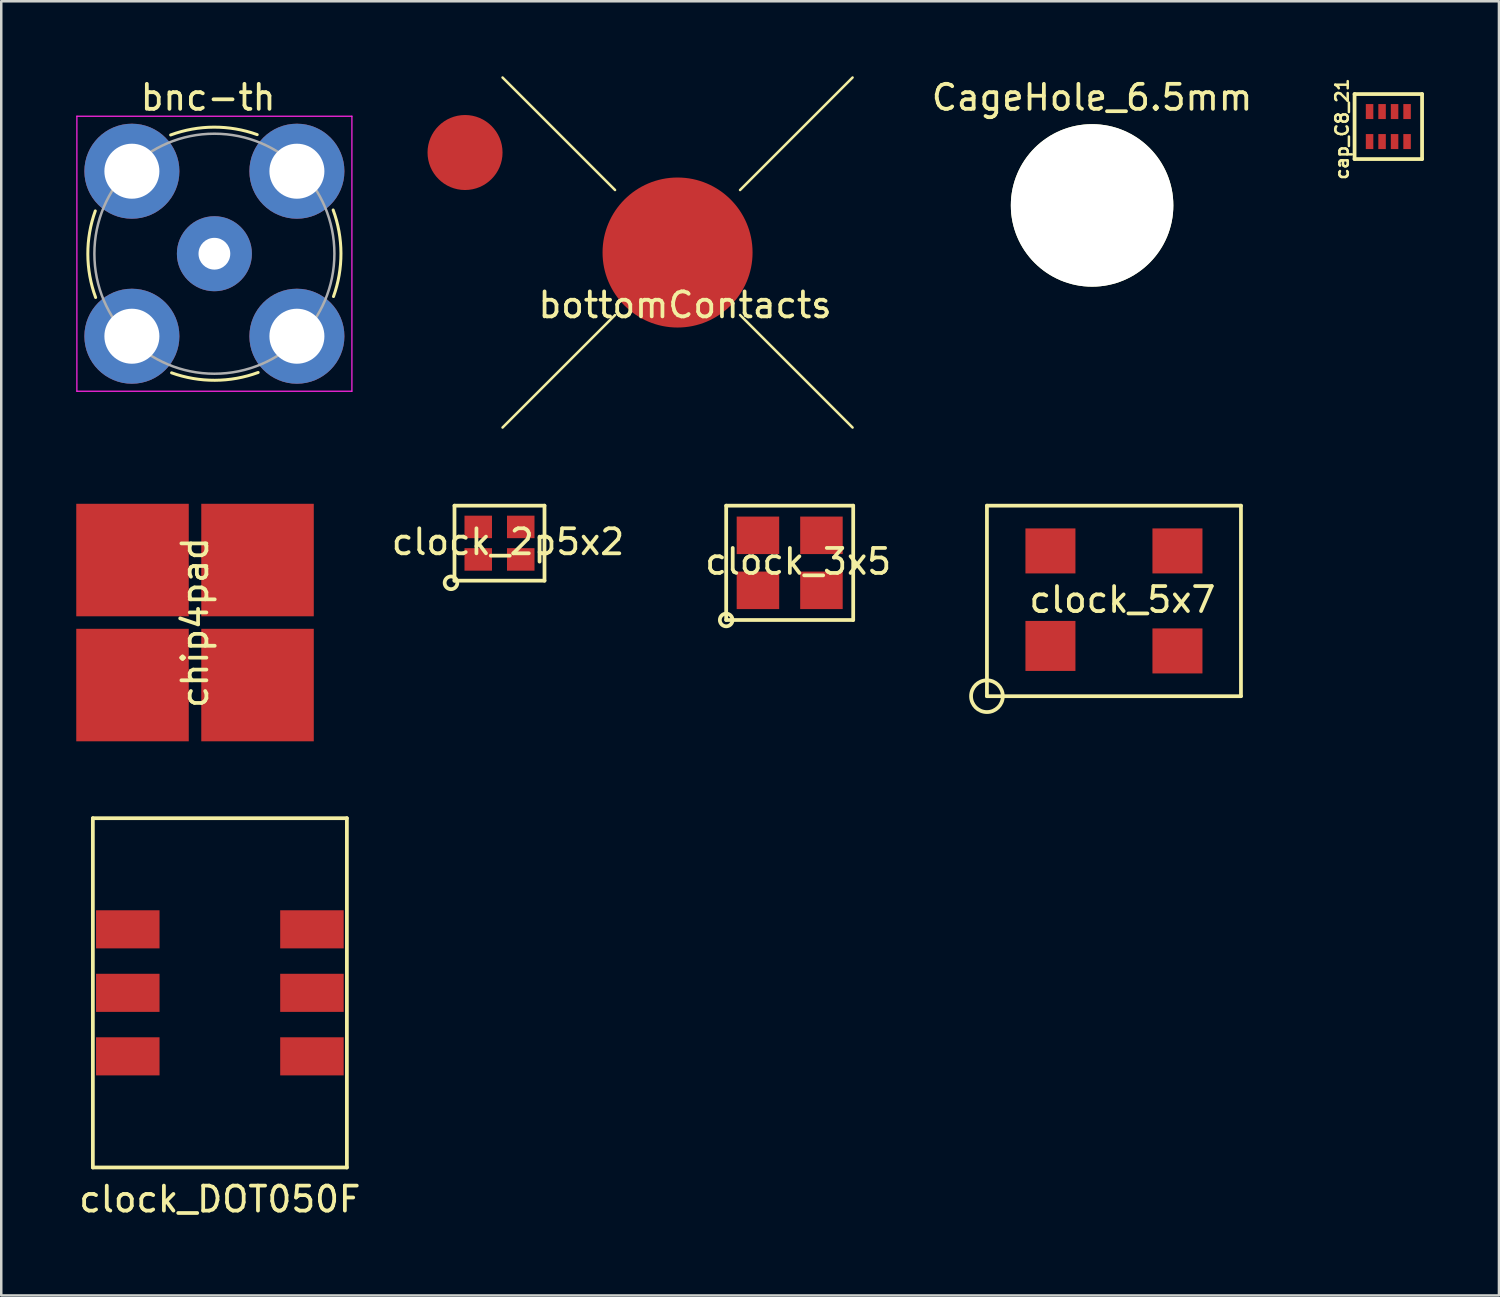
<source format=kicad_pcb>
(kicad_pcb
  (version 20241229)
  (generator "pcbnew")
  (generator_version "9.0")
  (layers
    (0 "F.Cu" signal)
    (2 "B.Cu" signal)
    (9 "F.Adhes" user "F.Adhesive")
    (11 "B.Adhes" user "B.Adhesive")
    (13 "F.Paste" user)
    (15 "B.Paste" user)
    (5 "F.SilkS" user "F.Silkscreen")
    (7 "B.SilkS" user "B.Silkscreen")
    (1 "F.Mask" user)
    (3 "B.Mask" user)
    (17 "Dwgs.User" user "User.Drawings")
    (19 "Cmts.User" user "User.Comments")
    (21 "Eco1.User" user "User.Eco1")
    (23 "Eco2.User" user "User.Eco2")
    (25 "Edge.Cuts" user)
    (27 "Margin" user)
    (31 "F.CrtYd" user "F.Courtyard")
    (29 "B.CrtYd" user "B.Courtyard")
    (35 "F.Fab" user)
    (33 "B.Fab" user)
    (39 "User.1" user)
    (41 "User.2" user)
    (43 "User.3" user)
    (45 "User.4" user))
  (footprint "chip4pad"
    (layer "F.Cu")
    (at 4.75 21.85)
    (property "Reference" "chip4pad" (at 0 0 90) (layer "F.SilkS") (effects (font (size 1 1) (thickness 0.15))))
    (attr through_hole)
    (pad "1" smd rect (at -2.5 2.5) (size 4.5 4.5) (layers "F.Cu" "F.Mask" "F.Paste"))
    (pad "2" smd rect (at 2.5 -2.5) (size 4.5 4.5) (layers "F.Cu" "F.Mask" "F.Paste"))
    (pad "3" smd rect (at 2.5 2.5) (size 4.5 4.5) (layers "F.Cu" "F.Mask" "F.Paste"))
    (pad "4" smd rect (at -2.5 -2.5) (size 4.5 4.5) (layers "F.Cu" "F.Mask" "F.Paste")))
  (footprint "clock_5x7"
    (layer "F.Cu")
    (at 41.504 20.985)
    (property "Reference" "clock_5x7" (at 0.34 -0.05 0) (layer "F.SilkS") (effects (font (size 1 1) (thickness 0.15))))
    (attr through_hole)
    (fp_line (start -5.08 -3.81) (end 5.08 -3.81) (stroke (width 0.15) (type solid)) (layer "F.SilkS"))
    (fp_line (start -5.08 3.81) (end -5.08 -3.81) (stroke (width 0.15) (type solid)) (layer "F.SilkS"))
    (fp_line (start 5.08 -3.81) (end 5.08 3.81) (stroke (width 0.15) (type solid)) (layer "F.SilkS"))
    (fp_line (start 5.08 3.81) (end -5.08 3.81) (stroke (width 0.15) (type solid)) (layer "F.SilkS"))
    (fp_circle (center -5.08 3.81) (end -5.08 4.445) (stroke (width 0.15) (type solid)) (fill no) (layer "F.SilkS"))
    (pad "1" smd rect (at -2.54 1.8) (size 2 2) (layers "F.Cu" "F.Mask" "F.Paste"))
    (pad "2" smd rect (at 2.54 2) (size 2 1.8) (layers "F.Cu" "F.Mask" "F.Paste"))
    (pad "3" smd rect (at 2.54 -2) (size 2 1.8) (layers "F.Cu" "F.Mask" "F.Paste"))
    (pad "4" smd rect (at -2.54 -2) (size 2 1.8) (layers "F.Cu" "F.Mask" "F.Paste")))
  (footprint "cap_C8_21"
    (layer "F.Cu")
    (at 52.728 2.112)
    (property "Reference" "cap_C8_21" (at -2.1 0 90) (layer "F.SilkS") (effects (font (size 0.5 0.5) (thickness 0.1))))
    (attr through_hole)
    (fp_line (start -1.6 -1.4) (end 1.1 -1.4) (stroke (width 0.15) (type solid)) (layer "F.SilkS"))
    (fp_line (start -1.6 1.2) (end -1.6 -1.4) (stroke (width 0.15) (type solid)) (layer "F.SilkS"))
    (fp_line (start 1.1 -1.4) (end 1.1 1.2) (stroke (width 0.15) (type solid)) (layer "F.SilkS"))
    (fp_line (start 1.1 1.2) (end -1.6 1.2) (stroke (width 0.15) (type solid)) (layer "F.SilkS"))
    (pad "1" smd rect (at -1 -0.7) (size 0.3 0.6) (layers "F.Cu" "F.Mask" "F.Paste"))
    (pad "2" smd rect (at -0.5 -0.7) (size 0.3 0.6) (layers "F.Cu" "F.Mask" "F.Paste"))
    (pad "3" smd rect (at 0 -0.7) (size 0.3 0.6) (layers "F.Cu" "F.Mask" "F.Paste"))
    (pad "4" smd rect (at 0.5 -0.7) (size 0.3 0.6) (layers "F.Cu" "F.Mask" "F.Paste"))
    (pad "5" smd rect (at 0.5 0.5) (size 0.3 0.6) (layers "F.Cu" "F.Mask" "F.Paste"))
    (pad "6" smd rect (at 0 0.5) (size 0.3 0.6) (layers "F.Cu" "F.Mask" "F.Paste"))
    (pad "7" smd rect (at -0.5 0.5) (size 0.3 0.6) (layers "F.Cu" "F.Mask" "F.Paste"))
    (pad "8" smd rect (at -1 0.5) (size 0.3 0.6) (layers "F.Cu" "F.Mask" "F.Paste")))
  (footprint "clock_DOT050F"
    (layer "F.Cu")
    (at 5.744 36.66)
    (property "Reference" "clock_DOT050F" (at 0 8.255 0) (layer "F.SilkS") (effects (font (size 1 1) (thickness 0.15))))
    (attr through_hole)
    (fp_line (start -5.08 -6.985) (end -5.08 6.985) (stroke (width 0.15) (type solid)) (layer "F.SilkS"))
    (fp_line (start -5.08 6.985) (end 5.08 6.985) (stroke (width 0.15) (type solid)) (layer "F.SilkS"))
    (fp_line (start 5.08 -6.985) (end -5.08 -6.985) (stroke (width 0.15) (type solid)) (layer "F.SilkS"))
    (fp_line (start 5.08 6.985) (end 5.08 -6.985) (stroke (width 0.15) (type solid)) (layer "F.SilkS"))
    (pad "1" smd rect (at -3.683 -2.54) (size 2.54 1.524) (layers "F.Cu" "F.Mask" "F.Paste"))
    (pad "2" smd rect (at -3.683 0) (size 2.54 1.524) (layers "F.Cu" "F.Mask" "F.Paste"))
    (pad "3" smd rect (at -3.683 2.54) (size 2.54 1.524) (layers "F.Cu" "F.Mask" "F.Paste"))
    (pad "4" smd rect (at 3.683 2.54) (size 2.54 1.524) (layers "F.Cu" "F.Mask" "F.Paste"))
    (pad "5" smd rect (at 3.683 0) (size 2.54 1.524) (layers "F.Cu" "F.Mask" "F.Paste"))
    (pad "6" smd rect (at 3.683 -2.54) (size 2.54 1.524) (layers "F.Cu" "F.Mask" "F.Paste")))
  (footprint "CageHole_6.5mm"
    (layer "F.Cu")
    (at 40.63 5.166)
    (property "Reference" "CageHole_6.5mm" (at 0 -4.318 0) (layer "F.SilkS") (effects (font (size 1 1) (thickness 0.15))))
    (attr through_hole)
    (pad "" np_thru_hole circle (at 0 0) (size 6.5 6.5) (drill 6.5) (layers "*.Cu" "*.Mask" "F.SilkS")))
  (footprint "bnc-th"
    (layer "F.Cu")
    (at 5.525 7.098)
    (property "Reference" "bnc-th" (at -0.25 -6.25 0) (layer "F.SilkS") (effects (font (size 1 1) (thickness 0.15))))
    (attr through_hole)
    (fp_arc (start -4.75 1.75) (mid -5.062075 0.019867) (end -4.763589 -1.712663) (stroke (width 0.12) (type solid)) (layer "F.SilkS"))
    (fp_arc (start -1.75 -4.75) (mid -0.019867 -5.062075) (end 1.712663 -4.763589) (stroke (width 0.12) (type solid)) (layer "F.SilkS"))
    (fp_arc (start 1.75 4.75) (mid 0.019867 5.062075) (end -1.712663 4.763589) (stroke (width 0.12) (type solid)) (layer "F.SilkS"))
    (fp_arc (start 4.75 -1.75) (mid 5.062075 -0.019867) (end 4.763589 1.712663) (stroke (width 0.12) (type solid)) (layer "F.SilkS"))
    (fp_line (start -5.5 -5.5) (end 5.5 -5.5) (stroke (width 0.05) (type solid)) (layer "F.CrtYd"))
    (fp_line (start -5.5 5.5) (end -5.5 -5.5) (stroke (width 0.05) (type solid)) (layer "F.CrtYd"))
    (fp_line (start 5.5 -5.5) (end 5.5 5.5) (stroke (width 0.05) (type solid)) (layer "F.CrtYd"))
    (fp_line (start 5.5 5.5) (end -5.5 5.5) (stroke (width 0.05) (type solid)) (layer "F.CrtYd"))
    (fp_circle (center 0 0) (end 4.8 0) (stroke (width 0.1) (type solid)) (fill no) (layer "F.Fab"))
    (pad "1" thru_hole circle (at 0 0) (size 3 3) (drill 1.27) (layers "*.Cu" "*.Mask"))
    (pad "2" thru_hole circle (at -3.3 -3.3) (size 3.8 3.8) (drill 2.2) (layers "*.Cu" "*.Mask"))
    (pad "2" thru_hole circle (at -3.3 3.3) (size 3.8 3.8) (drill 2.2) (layers "*.Cu" "*.Mask"))
    (pad "2" thru_hole circle (at 3.3 -3.3) (size 3.8 3.8) (drill 2.2) (layers "*.Cu" "*.Mask"))
    (pad "2" thru_hole circle (at 3.3 3.3) (size 3.8 3.8) (drill 2.2) (layers "*.Cu" "*.Mask")))
  (footprint "clock_3x5"
    (layer "F.Cu")
    (at 28.535 19.461)
    (property "Reference" "clock_3x5" (at 0.34 -0.05 0) (layer "F.SilkS") (effects (font (size 1 1) (thickness 0.15))))
    (attr through_hole)
    (fp_line (start -2.54 -2.286) (end 2.54 -2.286) (stroke (width 0.15) (type solid)) (layer "F.SilkS"))
    (fp_line (start -2.54 2.286) (end -2.54 -2.286) (stroke (width 0.15) (type solid)) (layer "F.SilkS"))
    (fp_line (start 2.54 -2.286) (end 2.54 2.286) (stroke (width 0.15) (type solid)) (layer "F.SilkS"))
    (fp_line (start 2.54 2.286) (end -2.54 2.286) (stroke (width 0.15) (type solid)) (layer "F.SilkS"))
    (fp_circle (center -2.54 2.286) (end -2.54 2.54) (stroke (width 0.15) (type solid)) (fill no) (layer "F.SilkS"))
    (pad "1" smd rect (at -1.27 1.1) (size 1.7 1.5) (layers "F.Cu" "F.Mask" "F.Paste"))
    (pad "2" smd rect (at 1.27 1.1) (size 1.7 1.5) (layers "F.Cu" "F.Mask" "F.Paste"))
    (pad "3" smd rect (at 1.27 -1.1) (size 1.7 1.5) (layers "F.Cu" "F.Mask" "F.Paste"))
    (pad "4" smd rect (at -1.27 -1.1) (size 1.7 1.5) (layers "F.Cu" "F.Mask" "F.Paste")))
  (footprint "clock_2p5x2"
    (layer "F.Cu")
    (at 16.928 18.675)
    (property "Reference" "clock_2p5x2" (at 0.34 -0.05 0) (layer "F.SilkS") (effects (font (size 1 1) (thickness 0.15))))
    (attr through_hole)
    (fp_line (start -1.8 -1.5) (end -1.8 1.5) (stroke (width 0.15) (type solid)) (layer "F.SilkS"))
    (fp_line (start -1.8 1.5) (end 1.8 1.5) (stroke (width 0.15) (type solid)) (layer "F.SilkS"))
    (fp_line (start 1.8 -1.5) (end -1.8 -1.5) (stroke (width 0.15) (type solid)) (layer "F.SilkS"))
    (fp_line (start 1.8 1.5) (end 1.8 -1.5) (stroke (width 0.15) (type solid)) (layer "F.SilkS"))
    (fp_circle (center -1.94 1.586) (end -1.94 1.84) (stroke (width 0.15) (type solid)) (fill no) (layer "F.SilkS"))
    (pad "1" smd rect (at -0.85 0.65) (size 1.1 0.9) (layers "F.Cu" "F.Mask" "F.Paste"))
    (pad "2" smd rect (at 0.85 0.65) (size 1.1 0.9) (layers "F.Cu" "F.Mask" "F.Paste"))
    (pad "3" smd rect (at 0.85 -0.65) (size 1.1 0.9) (layers "F.Cu" "F.Mask" "F.Paste"))
    (pad "4" smd rect (at -0.85 -0.65) (size 1.1 0.9) (layers "F.Cu" "F.Mask" "F.Paste")))
  (footprint "bottomContacts"
    (layer "F.Cu")
    (at 24.05 7.05)
    (property "Reference" "bottomContacts" (at 0.3 2.1 0) (layer "F.SilkS") (effects (font (size 1 1) (thickness 0.15))))
    (attr through_hole)
    (fp_line (start -2.5 -2.5) (end -7 -7) (stroke (width 0.1) (type solid)) (layer "F.SilkS"))
    (fp_line (start -2.5 2.5) (end -7 7) (stroke (width 0.1) (type solid)) (layer "F.SilkS"))
    (fp_line (start 2.5 -2.5) (end 7 -7) (stroke (width 0.1) (type solid)) (layer "F.SilkS"))
    (fp_line (start 2.5 2.5) (end 7 7) (stroke (width 0.1) (type solid)) (layer "F.SilkS"))
    (pad "1" smd circle (at -8.5 -4) (size 3 3) (layers "F.Cu" "F.Mask" "F.Paste"))
    (pad "1" smd circle (at 0 0) (size 6 6) (layers "F.Cu" "F.Mask" "F.Paste")))
  (gr_rect
    (start -3 -3)
    (end 56.903 48.763)
    (stroke (width 0.1) (type default))
    (fill no)
    (layer "Edge.Cuts")))
</source>
